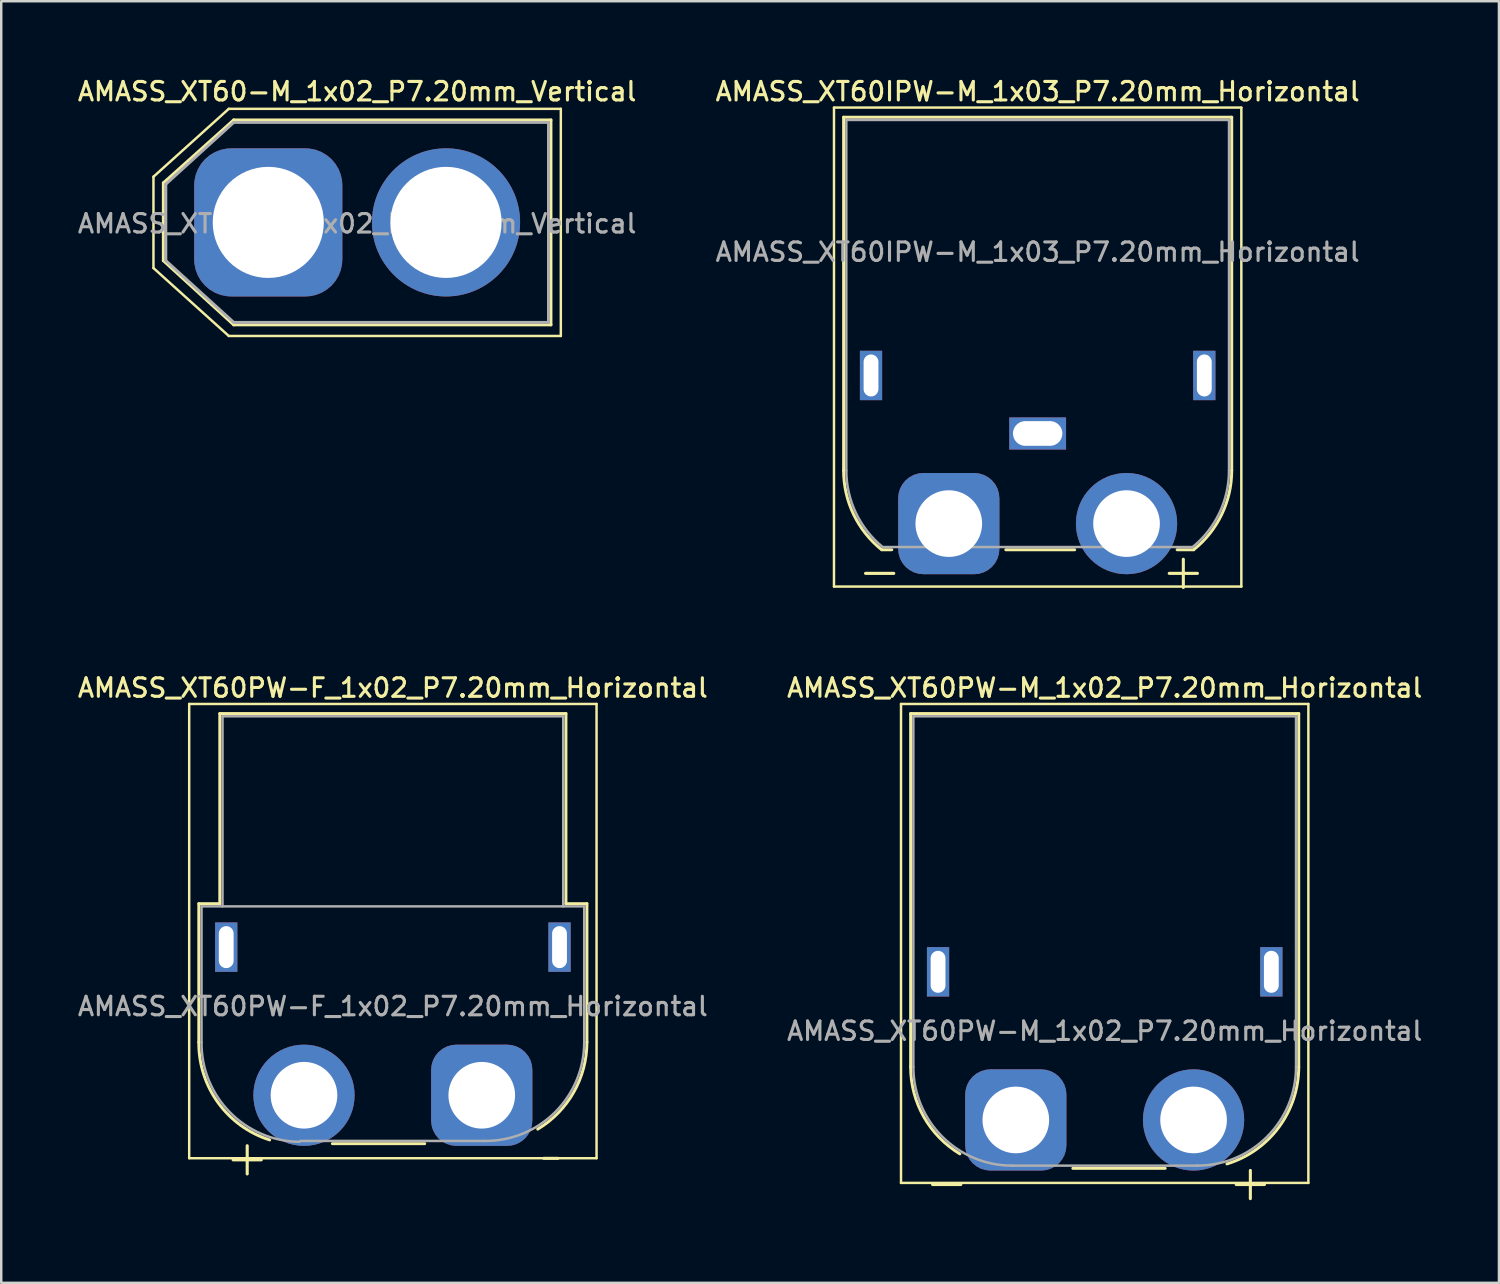
<source format=kicad_pcb>
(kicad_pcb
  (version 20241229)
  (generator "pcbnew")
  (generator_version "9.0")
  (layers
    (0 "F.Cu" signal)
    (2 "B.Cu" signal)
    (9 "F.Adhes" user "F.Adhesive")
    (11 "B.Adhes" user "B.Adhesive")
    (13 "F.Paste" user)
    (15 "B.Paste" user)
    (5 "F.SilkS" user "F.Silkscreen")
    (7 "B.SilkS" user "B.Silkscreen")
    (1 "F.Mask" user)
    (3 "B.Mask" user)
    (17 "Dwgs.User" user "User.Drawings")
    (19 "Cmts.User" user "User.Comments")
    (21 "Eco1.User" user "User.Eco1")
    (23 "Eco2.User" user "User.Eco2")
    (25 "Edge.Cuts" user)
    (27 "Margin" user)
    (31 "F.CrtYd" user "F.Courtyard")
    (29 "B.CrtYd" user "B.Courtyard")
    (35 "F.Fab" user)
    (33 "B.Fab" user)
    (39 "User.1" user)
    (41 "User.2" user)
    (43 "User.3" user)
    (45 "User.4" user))
  (footprint "AMASS_XT60PW-F_1x02_P7.20mm_Horizontal"
    (layer "F.Cu")
    (at 16.463 41.313)
    (property "Reference" "AMASS_XT60PW-F_1x02_P7.20mm_Horizontal" (at -3.6 -16.5 0) (layer "F.SilkS") (effects (font (size 0.75 0.75) (thickness 0.125))))
    (attr through_hole)
    (fp_line (start -11.85 -15.85) (end -11.85 2.55) (stroke (width 0.1) (type solid)) (layer "F.SilkS"))
    (fp_line (start -11.85 -15.85) (end 4.65 -15.85) (stroke (width 0.1) (type solid)) (layer "F.SilkS"))
    (fp_line (start -11.46 -7.76) (end -11.46 -2.15) (stroke (width 0.12) (type solid)) (layer "F.SilkS"))
    (fp_line (start -11.46 -7.76) (end -10.61 -7.76) (stroke (width 0.12) (type solid)) (layer "F.SilkS"))
    (fp_line (start -10.61 -15.46) (end -10.61 -7.76) (stroke (width 0.12) (type solid)) (layer "F.SilkS"))
    (fp_line (start -10.61 -15.46) (end 3.41 -15.46) (stroke (width 0.12) (type solid)) (layer "F.SilkS"))
    (fp_line (start -6.05 1.96) (end -2.31 1.96) (stroke (width 0.12) (type solid)) (layer "F.SilkS"))
    (fp_line (start 3.41 -15.46) (end 3.41 -7.76) (stroke (width 0.12) (type solid)) (layer "F.SilkS"))
    (fp_line (start 3.41 -7.76) (end 4.26 -7.76) (stroke (width 0.12) (type solid)) (layer "F.SilkS"))
    (fp_line (start 4.26 -7.76) (end 4.26 -2.15) (stroke (width 0.12) (type solid)) (layer "F.SilkS"))
    (fp_line (start 4.65 2.55) (end -11.85 2.55) (stroke (width 0.1) (type solid)) (layer "F.SilkS"))
    (fp_line (start 4.65 2.55) (end 4.65 -15.85) (stroke (width 0.1) (type solid)) (layer "F.SilkS"))
    (fp_arc (start -8.5899 1.808718) (mid -10.677645 0.302568) (end -11.46 -2.15) (stroke (width 0.12) (type solid)) (layer "F.SilkS"))
    (fp_arc (start 4.26 -2.15) (mid 3.727162 -0.126139) (end 2.266806 1.372958) (stroke (width 0.12) (type solid)) (layer "F.SilkS"))
    (fp_line (start -11.35 -7.65) (end -11.35 -2.15) (stroke (width 0.1) (type solid)) (layer "F.Fab"))
    (fp_line (start -11.35 -7.65) (end 4.15 -7.65) (stroke (width 0.1) (type solid)) (layer "F.Fab"))
    (fp_line (start -10.5 -15.35) (end 3.3 -15.35) (stroke (width 0.1) (type solid)) (layer "F.Fab"))
    (fp_line (start -10.5 -7.65) (end -10.5 -15.35) (stroke (width 0.1) (type solid)) (layer "F.Fab"))
    (fp_line (start -7.35 1.85) (end 0.15 1.85) (stroke (width 0.1) (type solid)) (layer "F.Fab"))
    (fp_line (start 3.3 -7.65) (end 3.3 -15.35) (stroke (width 0.1) (type solid)) (layer "F.Fab"))
    (fp_line (start 4.15 -7.65) (end 4.15 -2.15) (stroke (width 0.1) (type solid)) (layer "F.Fab"))
    (fp_arc (start -7.385 1.885) (mid -10.203176 0.688678) (end -11.35 -2.15) (stroke (width 0.1) (type solid)) (layer "F.Fab"))
    (fp_arc (start 4.15 -2.15) (mid 2.978427 0.678427) (end 0.15 1.85) (stroke (width 0.1) (type solid)) (layer "F.Fab"))
    (fp_text user "+" (at -9.5 2.5 0) (layer "F.SilkS") (effects (font (size 1.5 1.5) (thickness 0.125))))
    (fp_text user "-" (at 2.8 2.5 0) (layer "F.SilkS") (effects (font (size 0.75 0.75) (thickness 0.125))))
    (fp_text user "${REFERENCE}" (at -3.6 -3.6 0) (layer "F.Fab") (effects (font (size 0.75 0.75) (thickness 0.125))))
    (pad "" thru_hole rect (at -10.35 -6) (size 0.9 2) (drill oval 0.6 1.7) (layers "*.Cu" "*.Mask"))
    (pad "" thru_hole rect (at 3.15 -6) (size 0.9 2) (drill oval 0.6 1.7) (layers "*.Cu" "*.Mask"))
    (pad "1" thru_hole roundrect (at 0 0) (size 4.1 4.1) (drill 2.7) (layers "*.Cu" "*.Mask") (roundrect_rratio 0.25))
    (pad "2" thru_hole circle (at -7.2 0) (size 4.1 4.1) (drill 2.7) (layers "*.Cu" "*.Mask")))
  (footprint "AMASS_XT60IPW-M_1x03_P7.20mm_Horizontal"
    (layer "F.Cu")
    (at 35.38 18.158)
    (property "Reference" "AMASS_XT60IPW-M_1x03_P7.20mm_Horizontal" (at 3.6 -17.5 0) (layer "F.SilkS") (effects (font (size 0.75 0.75) (thickness 0.125))))
    (attr through_hole)
    (fp_line (start -4.65 -16.85) (end -4.65 2.55) (stroke (width 0.1) (type solid)) (layer "F.SilkS"))
    (fp_line (start -4.65 -16.85) (end 11.85 -16.85) (stroke (width 0.1) (type solid)) (layer "F.SilkS"))
    (fp_line (start -4.26 -16.46) (end -4.26 -2.15) (stroke (width 0.12) (type solid)) (layer "F.SilkS"))
    (fp_line (start -4.26 -16.46) (end 11.46 -16.46) (stroke (width 0.12) (type solid)) (layer "F.SilkS"))
    (fp_line (start -2.71 1.06) (end -2.31 1.06) (stroke (width 0.12) (type solid)) (layer "F.SilkS"))
    (fp_line (start 2.31 1.06) (end 5.1 1.06) (stroke (width 0.12) (type solid)) (layer "F.SilkS"))
    (fp_line (start 9.25 1.06) (end 9.92 1.06) (stroke (width 0.12) (type solid)) (layer "F.SilkS"))
    (fp_line (start 11.46 -16.46) (end 11.46 -2.15) (stroke (width 0.12) (type solid)) (layer "F.SilkS"))
    (fp_line (start 11.85 -16.85) (end 11.85 2.55) (stroke (width 0.1) (type solid)) (layer "F.SilkS"))
    (fp_line (start 11.85 2.55) (end -4.65 2.55) (stroke (width 0.1) (type solid)) (layer "F.SilkS"))
    (fp_arc (start -2.718715 1.058395) (mid -3.854694 -0.370298) (end -4.26 -2.15) (stroke (width 0.12) (type solid)) (layer "F.SilkS"))
    (fp_arc (start 11.46 -2.15) (mid 11.05498 -0.370894) (end 9.919747 1.057569) (stroke (width 0.12) (type solid)) (layer "F.SilkS"))
    (fp_line (start -4.15 -16.35) (end -4.15 -2.15) (stroke (width 0.1) (type solid)) (layer "F.Fab"))
    (fp_line (start -4.15 -16.35) (end 11.35 -16.35) (stroke (width 0.1) (type solid)) (layer "F.Fab"))
    (fp_line (start -2.67 0.95) (end 9.88 0.95) (stroke (width 0.1) (type solid)) (layer "F.Fab"))
    (fp_line (start 11.35 -16.35) (end 11.35 -2.15) (stroke (width 0.1) (type solid)) (layer "F.Fab"))
    (fp_arc (start -2.678117 0.949778) (mid -3.763341 -0.434259) (end -4.15 -2.15) (stroke (width 0.1) (type solid)) (layer "F.Fab"))
    (fp_arc (start 11.35 -2.15) (mid 10.963341 -0.434259) (end 9.878117 0.949778) (stroke (width 0.1) (type solid)) (layer "F.Fab"))
    (fp_text user "+" (at 9.5 1.9 0) (layer "F.SilkS") (effects (font (size 1.5 1.5) (thickness 0.125))))
    (fp_text user "-" (at -2.8 1.9 0) (layer "F.SilkS") (effects (font (size 1.5 1.5) (thickness 0.125))))
    (fp_text user "${REFERENCE}" (at 3.6 -11 0) (layer "F.Fab") (effects (font (size 0.75 0.75) (thickness 0.125))))
    (pad "" thru_hole rect (at -3.15 -6) (size 0.9 2) (drill oval 0.6 1.7) (layers "*.Cu" "*.Mask"))
    (pad "" thru_hole rect (at 10.35 -6) (size 0.9 2) (drill oval 0.6 1.7) (layers "*.Cu" "*.Mask"))
    (pad "1" thru_hole roundrect (at 0 0) (size 4.1 4.1) (drill 2.7) (layers "*.Cu" "*.Mask") (roundrect_rratio 0.25))
    (pad "2" thru_hole circle (at 7.2 0) (size 4.1 4.1) (drill 2.7) (layers "*.Cu" "*.Mask"))
    (pad "3" thru_hole rect (at 3.6 -3.65) (size 2.3 1.3) (drill oval 2 1) (layers "*.Cu" "*.Mask")))
  (footprint "AMASS_XT60-M_1x02_P7.20mm_Vertical"
    (layer "F.Cu")
    (at 7.816 5.958)
    (property "Reference" "AMASS_XT60-M_1x02_P7.20mm_Vertical" (at 3.6 -5.3 180) (layer "F.SilkS") (effects (font (size 0.75 0.75) (thickness 0.125))))
    (attr through_hole)
    (fp_line (start -4.65 -1.85) (end -1.6 -4.6) (stroke (width 0.1) (type solid)) (layer "F.SilkS"))
    (fp_line (start -4.65 1.85) (end -4.65 -1.85) (stroke (width 0.1) (type solid)) (layer "F.SilkS"))
    (fp_line (start -4.25 -1.6) (end -4.25 1.55) (stroke (width 0.12) (type solid)) (layer "F.SilkS"))
    (fp_line (start -4.25 1.55) (end -1.4 4.15) (stroke (width 0.12) (type solid)) (layer "F.SilkS"))
    (fp_line (start -1.6 -4.6) (end 11.85 -4.6) (stroke (width 0.1) (type solid)) (layer "F.SilkS"))
    (fp_line (start -1.6 4.6) (end -4.65 1.85) (stroke (width 0.1) (type solid)) (layer "F.SilkS"))
    (fp_line (start -1.4 -4.15) (end -4.25 -1.6) (stroke (width 0.12) (type solid)) (layer "F.SilkS"))
    (fp_line (start -1.4 4.15) (end 11.45 4.15) (stroke (width 0.12) (type solid)) (layer "F.SilkS"))
    (fp_line (start 11.45 -4.15) (end -1.4 -4.15) (stroke (width 0.12) (type solid)) (layer "F.SilkS"))
    (fp_line (start 11.45 4.15) (end 11.45 -4.15) (stroke (width 0.12) (type solid)) (layer "F.SilkS"))
    (fp_line (start 11.85 -4.6) (end 11.85 4.6) (stroke (width 0.1) (type solid)) (layer "F.SilkS"))
    (fp_line (start 11.85 4.6) (end -1.6 4.6) (stroke (width 0.1) (type solid)) (layer "F.SilkS"))
    (fp_line (start -4.15 -1.55) (end -4.15 1.55) (stroke (width 0.12) (type solid)) (layer "F.Fab"))
    (fp_line (start -4.15 1.55) (end -1.4 4.05) (stroke (width 0.12) (type solid)) (layer "F.Fab"))
    (fp_line (start -1.4 -4.05) (end -4.15 -1.55) (stroke (width 0.12) (type solid)) (layer "F.Fab"))
    (fp_line (start -1.4 4.05) (end 11.35 4.05) (stroke (width 0.12) (type solid)) (layer "F.Fab"))
    (fp_line (start 11.35 -4.05) (end -1.4 -4.05) (stroke (width 0.12) (type solid)) (layer "F.Fab"))
    (fp_line (start 11.35 4.05) (end 11.35 -4.05) (stroke (width 0.12) (type solid)) (layer "F.Fab"))
    (fp_text user "${REFERENCE}" (at 3.6 0.05 0) (layer "F.Fab") (effects (font (size 0.75 0.75) (thickness 0.125))))
    (pad "1" thru_hole roundrect (at 0 0) (size 6 6) (drill 4.5) (layers "*.Cu" "*.Mask") (roundrect_rratio 0.25))
    (pad "2" thru_hole circle (at 7.2 0) (size 6 6) (drill 4.5) (layers "*.Cu" "*.Mask")))
  (footprint "AMASS_XT60PW-M_1x02_P7.20mm_Horizontal"
    (layer "F.Cu")
    (at 38.095 42.313)
    (property "Reference" "AMASS_XT60PW-M_1x02_P7.20mm_Horizontal" (at 3.6 -17.5 0) (layer "F.SilkS") (effects (font (size 0.75 0.75) (thickness 0.125))))
    (attr through_hole)
    (fp_line (start -4.65 -16.85) (end -4.65 2.55) (stroke (width 0.1) (type solid)) (layer "F.SilkS"))
    (fp_line (start -4.65 -16.85) (end 11.85 -16.85) (stroke (width 0.1) (type solid)) (layer "F.SilkS"))
    (fp_line (start -4.26 -16.46) (end -4.26 -2.15) (stroke (width 0.12) (type solid)) (layer "F.SilkS"))
    (fp_line (start -4.26 -16.46) (end 11.46 -16.46) (stroke (width 0.12) (type solid)) (layer "F.SilkS"))
    (fp_line (start 2.31 1.96) (end 6.05 1.96) (stroke (width 0.12) (type solid)) (layer "F.SilkS"))
    (fp_line (start 11.46 -16.46) (end 11.46 -2.15) (stroke (width 0.12) (type solid)) (layer "F.SilkS"))
    (fp_line (start 11.85 -16.85) (end 11.85 2.55) (stroke (width 0.1) (type solid)) (layer "F.SilkS"))
    (fp_line (start 11.85 2.55) (end -4.65 2.55) (stroke (width 0.1) (type solid)) (layer "F.SilkS"))
    (fp_arc (start -2.266806 1.372958) (mid -3.727162 -0.126139) (end -4.26 -2.15) (stroke (width 0.12) (type solid)) (layer "F.SilkS"))
    (fp_arc (start 11.46 -2.15) (mid 10.653852 0.294722) (end 8.551648 1.780413) (stroke (width 0.12) (type solid)) (layer "F.SilkS"))
    (fp_line (start -4.15 -16.35) (end -4.15 -2.15) (stroke (width 0.1) (type solid)) (layer "F.Fab"))
    (fp_line (start -4.15 -16.35) (end 11.35 -16.35) (stroke (width 0.1) (type solid)) (layer "F.Fab"))
    (fp_line (start -0.15 1.85) (end 7.35 1.85) (stroke (width 0.1) (type solid)) (layer "F.Fab"))
    (fp_line (start 11.35 -16.35) (end 11.35 -2.15) (stroke (width 0.1) (type solid)) (layer "F.Fab"))
    (fp_arc (start -0.15 1.85) (mid -2.978427 0.678427) (end -4.15 -2.15) (stroke (width 0.1) (type solid)) (layer "F.Fab"))
    (fp_arc (start 11.35 -2.15) (mid 10.178427 0.678427) (end 7.35 1.85) (stroke (width 0.1) (type solid)) (layer "F.Fab"))
    (fp_text user "+" (at 9.5 2.5 0) (layer "F.SilkS") (effects (font (size 1.5 1.5) (thickness 0.125))))
    (fp_text user "-" (at -2.8 2.5 0) (layer "F.SilkS") (effects (font (size 1.5 1.5) (thickness 0.125))))
    (fp_text user "${REFERENCE}" (at 3.6 -3.6 0) (layer "F.Fab") (effects (font (size 0.75 0.75) (thickness 0.125))))
    (pad "" thru_hole rect (at -3.15 -6) (size 0.9 2) (drill oval 0.6 1.7) (layers "*.Cu" "*.Mask"))
    (pad "" thru_hole rect (at 10.35 -6) (size 0.9 2) (drill oval 0.6 1.7) (layers "*.Cu" "*.Mask"))
    (pad "1" thru_hole roundrect (at 0 0) (size 4.1 4.1) (drill 2.7) (layers "*.Cu" "*.Mask") (roundrect_rratio 0.25))
    (pad "2" thru_hole circle (at 7.2 0) (size 4.1 4.1) (drill 2.7) (layers "*.Cu" "*.Mask")))
  (gr_rect
    (start -3 -3)
    (end 57.664 48.91)
    (stroke (width 0.1) (type default))
    (fill no)
    (layer "Edge.Cuts")))
</source>
